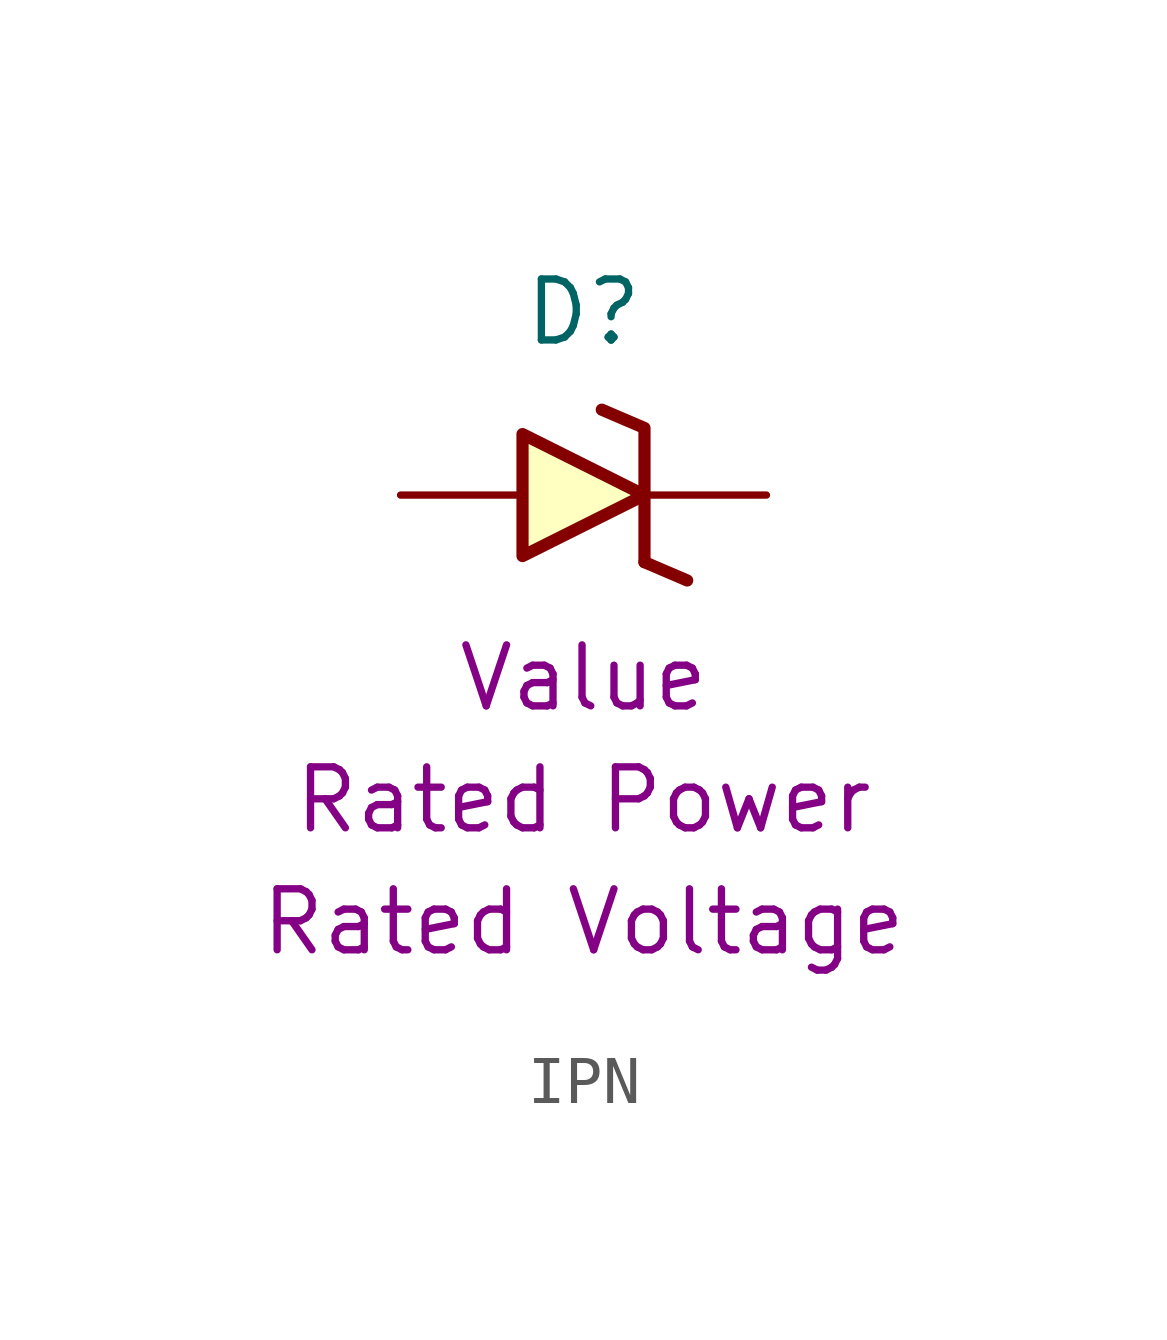
<source format=kicad_sym>
(kicad_symbol_lib
  (version 20211014)
  (generator kicad_symbol_editor)
  (symbol "IPN"
    (pin_numbers hide)
    (pin_names
      (offset 0) hide)
    (property "Reference" "D"
      (at 0 3.81 0)
      (effects (font (size 1.27 1.27))))
    (property "Part Number" "Value"
      (at 0 -3.81 0)
      (effects (font (size 1.27 1.27))))
    (property "Power (Watts)" "Rated Power"
      (at 0 -6.35 0)
      (effects (font (size 1.27 1.27))))
    (property "Rated Voltage (Volt)" "Rated Voltage"
      (at 0 -8.89 0)
      (effects (font (size 1.27 1.27))))
    (symbol "IPN_0_1"
      (polyline (pts (xy 1.27 -1.397) (xy 2.159 -1.778)) (stroke (width 0.254) (type default) (color 0 0 0 0)) (fill (type none)))
      (polyline (pts (xy 1.27 -1.397) (xy 1.27 1.397) (xy 0.381 1.778)) (stroke (width 0.254) (type default) (color 0 0 0 0)) (fill (type none)))
      (polyline (pts (xy -1.27 1.27) (xy -1.27 -1.27) (xy 1.27 0) (xy -1.27 1.27)) (stroke (width 0.254) (type default) (color 0 0 0 0)) (fill (type background))))
    (symbol "IPN_1_1"
      (pin passive line (at 3.81 0 180) (length 2.54) (name "Cathode" (effects (font (size 1.27 1.27)))) (number "1" (effects (font (size 1.27 1.27)))))
      (pin passive line (at -3.81 0 0) (length 2.54) (name "Anode" (effects (font (size 1.27 1.27)))) (number "2" (effects (font (size 1.27 1.27))))))))
</source>
